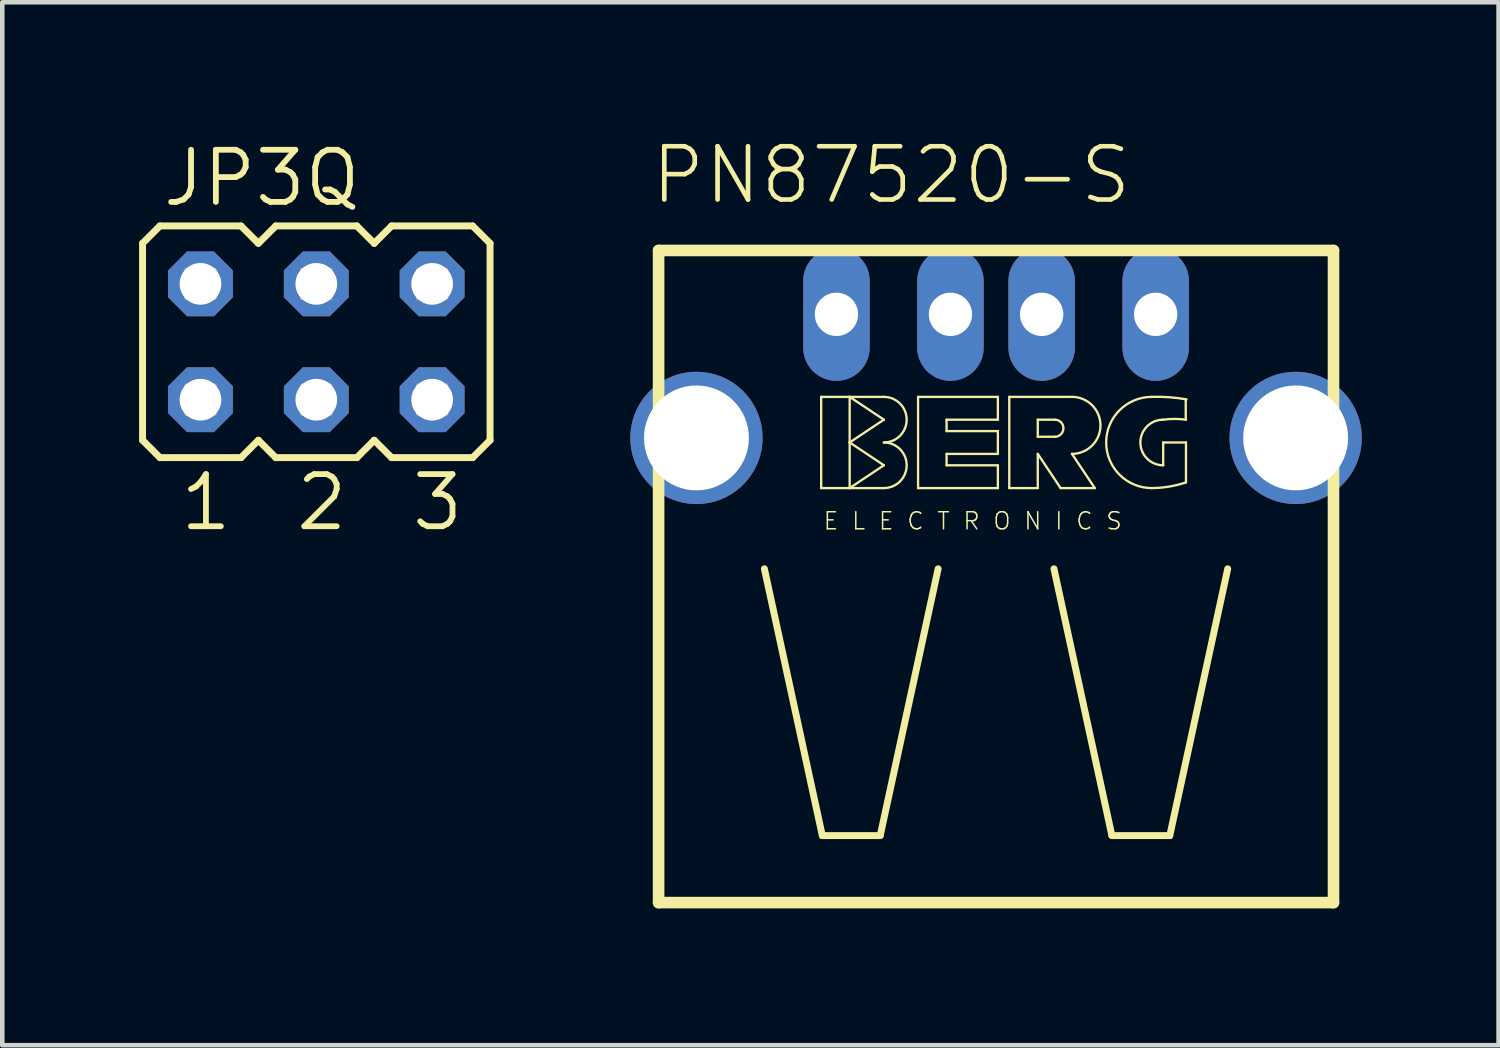
<source format=kicad_pcb>
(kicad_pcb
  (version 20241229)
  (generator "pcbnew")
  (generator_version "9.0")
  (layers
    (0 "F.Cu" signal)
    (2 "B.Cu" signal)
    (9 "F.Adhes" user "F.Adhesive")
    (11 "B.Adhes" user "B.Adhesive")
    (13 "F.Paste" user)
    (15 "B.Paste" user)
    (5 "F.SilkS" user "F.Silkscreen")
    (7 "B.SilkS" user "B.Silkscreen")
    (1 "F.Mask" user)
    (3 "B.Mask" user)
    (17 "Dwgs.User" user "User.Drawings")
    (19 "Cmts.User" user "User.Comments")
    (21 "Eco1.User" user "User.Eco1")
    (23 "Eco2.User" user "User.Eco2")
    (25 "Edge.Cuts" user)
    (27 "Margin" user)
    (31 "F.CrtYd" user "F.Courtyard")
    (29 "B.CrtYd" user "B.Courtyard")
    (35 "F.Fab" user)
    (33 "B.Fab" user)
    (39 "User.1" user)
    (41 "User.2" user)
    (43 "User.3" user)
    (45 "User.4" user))
  (footprint "PN87520-S"
    (layer "F.Cu")
    (at 18.792 6.553)
    (property "Reference" "PN87520-S" (at -7.62 -5.08 0) (layer "F.SilkS") (effects (font (size 1.168 1.168) (thickness 0.102)) (justify left bottom)))
    (fp_line (start -7.4 -4.11) (end -7.4 10.19) (stroke (width 0.254) (type solid)) (layer "F.SilkS"))
    (fp_line (start -7.4 10.19) (end 7.4 10.19) (stroke (width 0.254) (type solid)) (layer "F.SilkS"))
    (fp_line (start -5.08 2.87) (end -3.81 8.72) (stroke (width 0.152) (type solid)) (layer "F.SilkS"))
    (fp_line (start -3.835 -0.9) (end -3.835 1.1) (stroke (width 0.051) (type solid)) (layer "F.SilkS"))
    (fp_line (start -3.835 1.1) (end -3.21 1.1) (stroke (width 0.051) (type solid)) (layer "F.SilkS"))
    (fp_line (start -3.81 8.72) (end -2.54 8.72) (stroke (width 0.152) (type solid)) (layer "F.SilkS"))
    (fp_line (start -3.21 -0.9) (end -3.835 -0.9) (stroke (width 0.051) (type solid)) (layer "F.SilkS"))
    (fp_line (start -3.21 -0.9) (end -2.46 -0.4) (stroke (width 0.051) (type solid)) (layer "F.SilkS"))
    (fp_line (start -3.21 0.1) (end -3.21 -0.9) (stroke (width 0.051) (type solid)) (layer "F.SilkS"))
    (fp_line (start -3.21 0.1) (end -2.46 0.6) (stroke (width 0.051) (type solid)) (layer "F.SilkS"))
    (fp_line (start -3.21 1.1) (end -3.21 0.1) (stroke (width 0.051) (type solid)) (layer "F.SilkS"))
    (fp_line (start -2.54 8.72) (end -1.27 2.87) (stroke (width 0.152) (type solid)) (layer "F.SilkS"))
    (fp_line (start -2.46 -0.9) (end -3.21 -0.9) (stroke (width 0.051) (type solid)) (layer "F.SilkS"))
    (fp_line (start -2.46 -0.4) (end -3.21 0.1) (stroke (width 0.051) (type solid)) (layer "F.SilkS"))
    (fp_line (start -2.46 0.6) (end -3.21 1.1) (stroke (width 0.051) (type solid)) (layer "F.SilkS"))
    (fp_line (start -2.46 1.1) (end -3.21 1.1) (stroke (width 0.051) (type solid)) (layer "F.SilkS"))
    (fp_line (start -1.71 -0.9) (end -1.71 1.1) (stroke (width 0.051) (type solid)) (layer "F.SilkS"))
    (fp_line (start -1.71 1.1) (end 0.04 1.1) (stroke (width 0.051) (type solid)) (layer "F.SilkS"))
    (fp_line (start -1.085 -0.4) (end 0.04 -0.4) (stroke (width 0.051) (type solid)) (layer "F.SilkS"))
    (fp_line (start -1.085 -0.15) (end -1.085 -0.4) (stroke (width 0.051) (type solid)) (layer "F.SilkS"))
    (fp_line (start -1.085 0.35) (end 0.04 0.35) (stroke (width 0.051) (type solid)) (layer "F.SilkS"))
    (fp_line (start -1.085 0.6) (end -1.085 0.35) (stroke (width 0.051) (type solid)) (layer "F.SilkS"))
    (fp_line (start 0.04 -0.9) (end -1.71 -0.9) (stroke (width 0.051) (type solid)) (layer "F.SilkS"))
    (fp_line (start 0.04 -0.4) (end 0.04 -0.9) (stroke (width 0.051) (type solid)) (layer "F.SilkS"))
    (fp_line (start 0.04 -0.15) (end -1.085 -0.15) (stroke (width 0.051) (type solid)) (layer "F.SilkS"))
    (fp_line (start 0.04 0.35) (end 0.04 -0.15) (stroke (width 0.051) (type solid)) (layer "F.SilkS"))
    (fp_line (start 0.04 0.6) (end -1.085 0.6) (stroke (width 0.051) (type solid)) (layer "F.SilkS"))
    (fp_line (start 0.04 1.1) (end 0.04 0.6) (stroke (width 0.051) (type solid)) (layer "F.SilkS"))
    (fp_line (start 0.29 -0.9) (end 0.29 1.1) (stroke (width 0.051) (type solid)) (layer "F.SilkS"))
    (fp_line (start 0.29 -0.9) (end 1.665 -0.9) (stroke (width 0.051) (type solid)) (layer "F.SilkS"))
    (fp_line (start 0.29 1.1) (end 0.915 1.1) (stroke (width 0.051) (type solid)) (layer "F.SilkS"))
    (fp_line (start 0.915 -0.4) (end 0.915 -0.025) (stroke (width 0.051) (type solid)) (layer "F.SilkS"))
    (fp_line (start 0.915 -0.4) (end 1.29 -0.4) (stroke (width 0.051) (type solid)) (layer "F.SilkS"))
    (fp_line (start 0.915 -0.025) (end 1.29 -0.025) (stroke (width 0.051) (type solid)) (layer "F.SilkS"))
    (fp_line (start 0.915 0.35) (end 1.415 1.1) (stroke (width 0.051) (type solid)) (layer "F.SilkS"))
    (fp_line (start 0.915 1.1) (end 0.915 0.35) (stroke (width 0.051) (type solid)) (layer "F.SilkS"))
    (fp_line (start 1.27 2.87) (end 2.54 8.72) (stroke (width 0.152) (type solid)) (layer "F.SilkS"))
    (fp_line (start 1.415 1.1) (end 2.165 1.1) (stroke (width 0.051) (type solid)) (layer "F.SilkS"))
    (fp_line (start 2.165 1.1) (end 1.665 0.35) (stroke (width 0.051) (type solid)) (layer "F.SilkS"))
    (fp_line (start 2.54 8.72) (end 3.81 8.72) (stroke (width 0.152) (type solid)) (layer "F.SilkS"))
    (fp_line (start 3.665 0.1) (end 3.665 0.6) (stroke (width 0.051) (type solid)) (layer "F.SilkS"))
    (fp_line (start 3.665 0.1) (end 4.165 0.1) (stroke (width 0.051) (type solid)) (layer "F.SilkS"))
    (fp_line (start 3.81 8.72) (end 5.08 2.87) (stroke (width 0.152) (type solid)) (layer "F.SilkS"))
    (fp_line (start 4.16 -0.4) (end 4.16 -0.845) (stroke (width 0.051) (type solid)) (layer "F.SilkS"))
    (fp_line (start 4.165 0.1) (end 4.165 0.975) (stroke (width 0.051) (type solid)) (layer "F.SilkS"))
    (fp_line (start 7.4 -4.11) (end -7.4 -4.11) (stroke (width 0.254) (type solid)) (layer "F.SilkS"))
    (fp_line (start 7.4 10.19) (end 7.4 -4.11) (stroke (width 0.254) (type solid)) (layer "F.SilkS"))
    (fp_arc (start -2.46 -0.9) (mid -1.96 -0.4) (end -2.46 0.1) (stroke (width 0.0508) (type solid)) (layer "F.SilkS"))
    (fp_arc (start -2.46 0.1) (mid -1.96 0.6) (end -2.46 1.1) (stroke (width 0.0508) (type solid)) (layer "F.SilkS"))
    (fp_arc (start 1.29 -0.4) (mid 1.4775 -0.2125) (end 1.29 -0.025) (stroke (width 0.0508) (type solid)) (layer "F.SilkS"))
    (fp_arc (start 1.665 -0.9) (mid 2.29 -0.275) (end 1.665 0.35) (stroke (width 0.0508) (type solid)) (layer "F.SilkS"))
    (fp_arc (start 3.415 -0.9) (mid 3.796448 -0.89251) (end 4.175 -0.845) (stroke (width 0.0508) (type solid)) (layer "F.SilkS"))
    (fp_arc (start 3.415 1.1) (mid 2.415 0.1) (end 3.415 -0.9) (stroke (width 0.0508) (type solid)) (layer "F.SilkS"))
    (fp_arc (start 3.665 -0.4) (mid 3.915 -0.416593) (end 4.165 -0.4) (stroke (width 0.0508) (type solid)) (layer "F.SilkS"))
    (fp_arc (start 3.665 0.6) (mid 3.165 0.1) (end 3.665 -0.4) (stroke (width 0.0508) (type solid)) (layer "F.SilkS"))
    (fp_arc (start 4.165 0.975) (mid 3.795035 1.06771) (end 3.415 1.1) (stroke (width 0.0508) (type solid)) (layer "F.SilkS"))
    (fp_text user "E L E C T R O N I C S" (at -3.81 2.04 0) (layer "F.SilkS") (effects (font (size 0.374 0.374) (thickness 0.033)) (justify left bottom)))
    (pad "1" thru_hole oval (at -3.5 -2.71 90) (size 2.916 1.458) (drill 0.95) (layers "*.Cu" "*.Mask"))
    (pad "2" thru_hole oval (at -1 -2.71 90) (size 2.916 1.458) (drill 0.95) (layers "*.Cu" "*.Mask"))
    (pad "3" thru_hole oval (at 1 -2.71 90) (size 2.916 1.458) (drill 0.95) (layers "*.Cu" "*.Mask"))
    (pad "4" thru_hole oval (at 3.5 -2.71 90) (size 2.916 1.458) (drill 0.95) (layers "*.Cu" "*.Mask"))
    (pad "S1" thru_hole circle (at -6.57 0) (size 2.9 2.9) (drill 2.3) (layers "*.Cu" "*.Mask"))
    (pad "S2" thru_hole circle (at 6.57 0 180) (size 2.9 2.9) (drill 2.3) (layers "*.Cu" "*.Mask")))
  (footprint "JP3Q"
    (layer "F.Cu")
    (at 3.886 4.445)
    (property "Reference" "JP3Q" (at -3.429 -2.921 0) (layer "F.SilkS") (effects (font (size 1.143 1.143) (thickness 0.127)) (justify left bottom)))
    (fp_line (start -3.81 -2.159) (end -3.429 -2.54) (stroke (width 0.152) (type solid)) (layer "F.SilkS"))
    (fp_line (start -3.81 2.159) (end -3.81 -2.159) (stroke (width 0.152) (type solid)) (layer "F.SilkS"))
    (fp_line (start -3.81 2.159) (end -3.429 2.54) (stroke (width 0.152) (type solid)) (layer "F.SilkS"))
    (fp_line (start -3.429 -2.54) (end -1.651 -2.54) (stroke (width 0.152) (type solid)) (layer "F.SilkS"))
    (fp_line (start -3.429 2.54) (end -1.651 2.54) (stroke (width 0.152) (type solid)) (layer "F.SilkS"))
    (fp_line (start -1.651 -2.54) (end -1.27 -2.159) (stroke (width 0.152) (type solid)) (layer "F.SilkS"))
    (fp_line (start -1.27 -2.159) (end -0.889 -2.54) (stroke (width 0.152) (type solid)) (layer "F.SilkS"))
    (fp_line (start -1.27 2.159) (end -1.651 2.54) (stroke (width 0.152) (type solid)) (layer "F.SilkS"))
    (fp_line (start -1.27 2.159) (end -0.889 2.54) (stroke (width 0.152) (type solid)) (layer "F.SilkS"))
    (fp_line (start -0.889 -2.54) (end 0.889 -2.54) (stroke (width 0.152) (type solid)) (layer "F.SilkS"))
    (fp_line (start 0.889 2.54) (end -0.889 2.54) (stroke (width 0.152) (type solid)) (layer "F.SilkS"))
    (fp_line (start 1.27 -2.159) (end 0.889 -2.54) (stroke (width 0.152) (type solid)) (layer "F.SilkS"))
    (fp_line (start 1.27 -2.159) (end 1.651 -2.54) (stroke (width 0.152) (type solid)) (layer "F.SilkS"))
    (fp_line (start 1.27 2.159) (end 0.889 2.54) (stroke (width 0.152) (type solid)) (layer "F.SilkS"))
    (fp_line (start 1.27 2.159) (end 1.651 2.54) (stroke (width 0.152) (type solid)) (layer "F.SilkS"))
    (fp_line (start 1.651 -2.54) (end 3.429 -2.54) (stroke (width 0.152) (type solid)) (layer "F.SilkS"))
    (fp_line (start 3.429 2.54) (end 1.651 2.54) (stroke (width 0.152) (type solid)) (layer "F.SilkS"))
    (fp_line (start 3.429 2.54) (end 3.81 2.159) (stroke (width 0.152) (type solid)) (layer "F.SilkS"))
    (fp_line (start 3.81 -2.159) (end 3.429 -2.54) (stroke (width 0.152) (type solid)) (layer "F.SilkS"))
    (fp_line (start 3.81 -2.159) (end 3.81 2.159) (stroke (width 0.152) (type solid)) (layer "F.SilkS"))
    (fp_poly (pts (xy -2.845 -0.965) (xy -2.235 -0.965) (xy -2.235 -1.575) (xy -2.845 -1.575)) (stroke (width 0.1) (type default)) (fill no) (layer "F.Fab"))
    (fp_poly (pts (xy -2.845 1.575) (xy -2.235 1.575) (xy -2.235 0.965) (xy -2.845 0.965)) (stroke (width 0.1) (type default)) (fill no) (layer "F.Fab"))
    (fp_poly (pts (xy -0.305 -0.965) (xy 0.305 -0.965) (xy 0.305 -1.575) (xy -0.305 -1.575)) (stroke (width 0.1) (type default)) (fill no) (layer "F.Fab"))
    (fp_poly (pts (xy -0.305 1.575) (xy 0.305 1.575) (xy 0.305 0.965) (xy -0.305 0.965)) (stroke (width 0.1) (type default)) (fill no) (layer "F.Fab"))
    (fp_poly (pts (xy 2.235 -0.965) (xy 2.845 -0.965) (xy 2.845 -1.575) (xy 2.235 -1.575)) (stroke (width 0.1) (type default)) (fill no) (layer "F.Fab"))
    (fp_poly (pts (xy 2.235 1.575) (xy 2.845 1.575) (xy 2.845 0.965) (xy 2.235 0.965)) (stroke (width 0.1) (type default)) (fill no) (layer "F.Fab"))
    (fp_text user "1" (at -3.048 4.191 0) (layer "F.SilkS") (effects (font (size 1.143 1.143) (thickness 0.127)) (justify left bottom)))
    (fp_text user "2" (at -0.508 4.191 0) (layer "F.SilkS") (effects (font (size 1.143 1.143) (thickness 0.127)) (justify left bottom)))
    (fp_text user "3" (at 2.032 4.191 0) (layer "F.SilkS") (effects (font (size 1.143 1.143) (thickness 0.127)) (justify left bottom)))
    (pad "1" thru_hole roundrect (at -2.54 1.27) (size 1.422 1.422) (drill 0.914) (layers "*.Cu" "*.Mask") (roundrect_rratio 0.25) (chamfer_ratio 0.293) (chamfer top_left top_right bottom_left bottom_right))
    (pad "2" thru_hole roundrect (at -2.54 -1.27) (size 1.422 1.422) (drill 0.914) (layers "*.Cu" "*.Mask") (roundrect_rratio 0.25) (chamfer_ratio 0.293) (chamfer top_left top_right bottom_left bottom_right))
    (pad "3" thru_hole roundrect (at 0 1.27) (size 1.422 1.422) (drill 0.914) (layers "*.Cu" "*.Mask") (roundrect_rratio 0.25) (chamfer_ratio 0.293) (chamfer top_left top_right bottom_left bottom_right))
    (pad "4" thru_hole roundrect (at 0 -1.27) (size 1.422 1.422) (drill 0.914) (layers "*.Cu" "*.Mask") (roundrect_rratio 0.25) (chamfer_ratio 0.293) (chamfer top_left top_right bottom_left bottom_right))
    (pad "5" thru_hole roundrect (at 2.54 1.27) (size 1.422 1.422) (drill 0.914) (layers "*.Cu" "*.Mask") (roundrect_rratio 0.25) (chamfer_ratio 0.293) (chamfer top_left top_right bottom_left bottom_right))
    (pad "6" thru_hole roundrect (at 2.54 -1.27) (size 1.422 1.422) (drill 0.914) (layers "*.Cu" "*.Mask") (roundrect_rratio 0.25) (chamfer_ratio 0.293) (chamfer top_left top_right bottom_left bottom_right)))
  (gr_rect
    (start -3 -3)
    (end 29.812 19.87)
    (stroke (width 0.1) (type default))
    (fill no)
    (layer "Edge.Cuts")))
</source>
